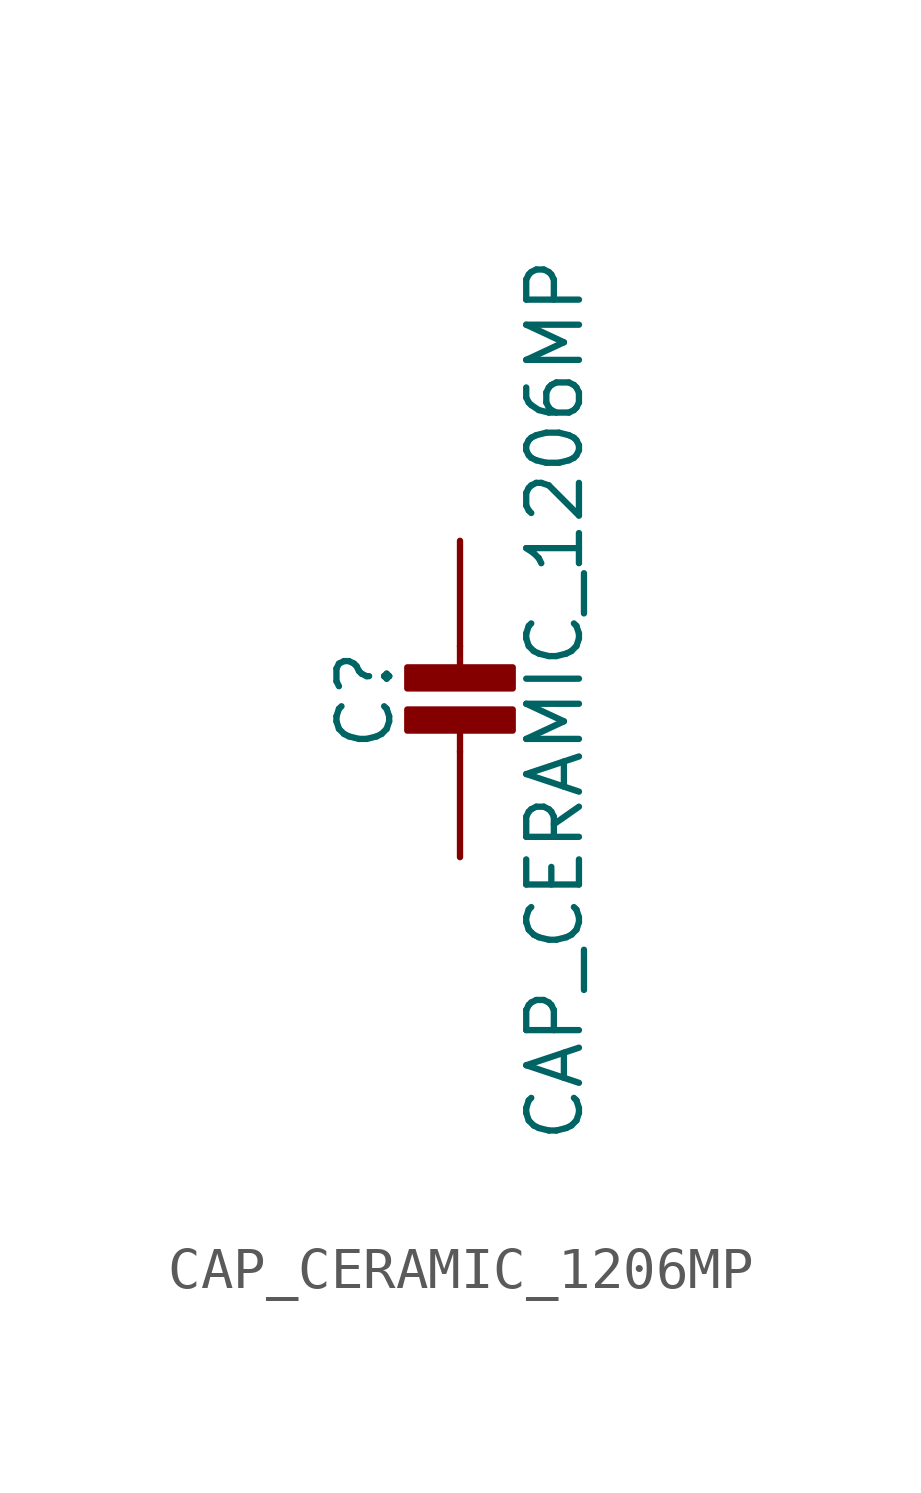
<source format=kicad_sym>
(kicad_symbol_lib
  (version 20211014)
  (generator kicad_symbol_editor)
  (symbol "CAP_CERAMIC_1206MP"
    (pin_names
      (offset 1.016))
    (property "Reference" "C"
      (at -2.286 1.245 90)
      (effects (font (size 1.27 1.27))))
    (property "Value" "CAP_CERAMIC_1206MP"
      (at 2.286 1.245 90)
      (effects (font (size 1.27 1.27))))
    (property "ki_locked" ""
      (at 0 0 0)
      (effects (font (size 1.27 1.27))))
    (symbol "CAP_CERAMIC_1206MP_1_0"
      (rectangle (start -1.27 0.508) (end 1.27 1.016) (stroke (width 0) (type default) (color 0 0 0 0)) (fill (type outline)))
      (rectangle (start -1.27 1.524) (end 1.27 2.032) (stroke (width 0) (type default) (color 0 0 0 0)) (fill (type outline)))
      (polyline (pts (xy 0 0.762) (xy 0 0)) (stroke (width 0) (type default) (color 0 0 0 0)) (fill (type none)))
      (polyline (pts (xy 0 2.54) (xy 0 1.778)) (stroke (width 0) (type default) (color 0 0 0 0)) (fill (type none)))
      (pin passive line (at 0 5.08 270) (length 2.54) (name "1" (effects (font (size 0 0)))) (number "1" (effects (font (size 0 0)))))
      (pin passive line (at 0 -2.54 90) (length 2.54) (name "2" (effects (font (size 0 0)))) (number "2" (effects (font (size 0 0))))))))
</source>
